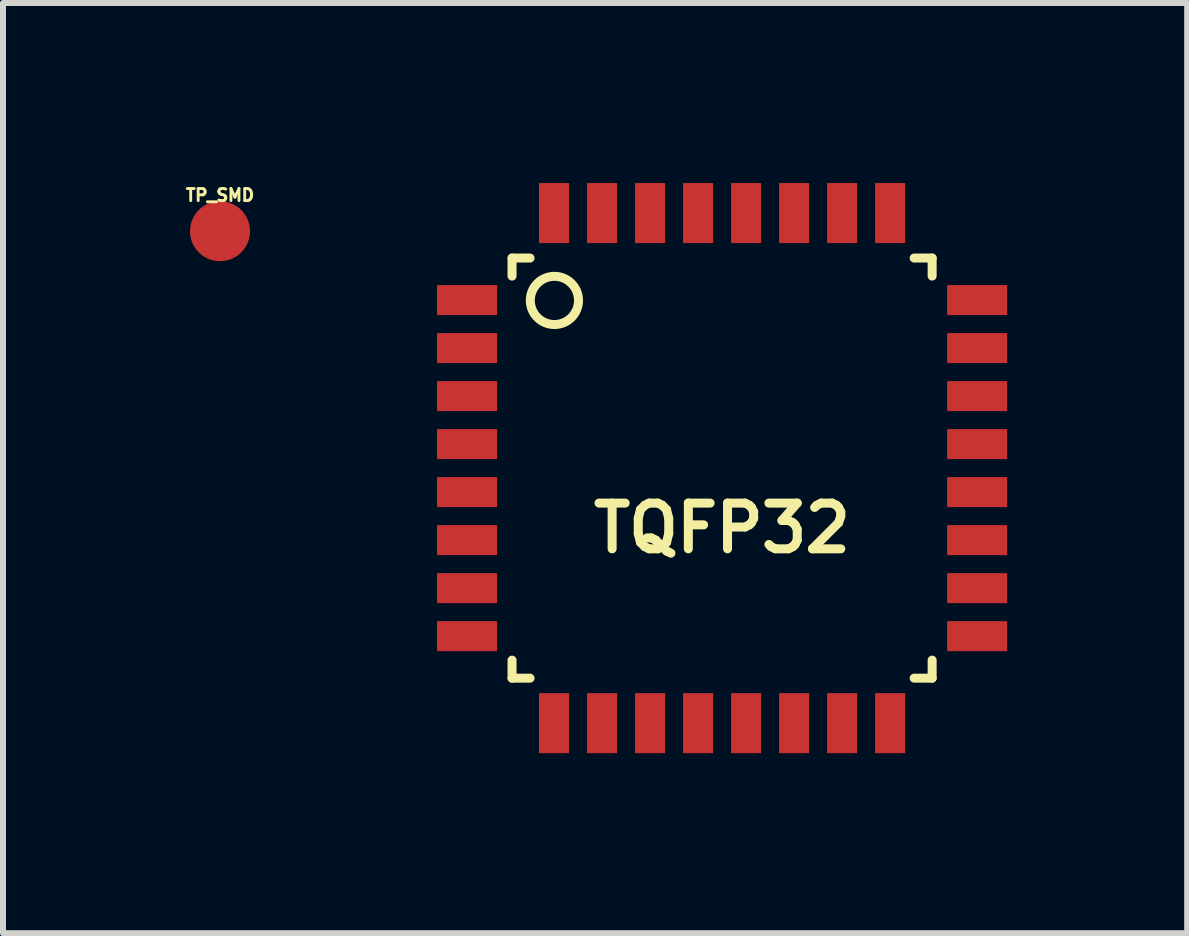
<source format=kicad_pcb>
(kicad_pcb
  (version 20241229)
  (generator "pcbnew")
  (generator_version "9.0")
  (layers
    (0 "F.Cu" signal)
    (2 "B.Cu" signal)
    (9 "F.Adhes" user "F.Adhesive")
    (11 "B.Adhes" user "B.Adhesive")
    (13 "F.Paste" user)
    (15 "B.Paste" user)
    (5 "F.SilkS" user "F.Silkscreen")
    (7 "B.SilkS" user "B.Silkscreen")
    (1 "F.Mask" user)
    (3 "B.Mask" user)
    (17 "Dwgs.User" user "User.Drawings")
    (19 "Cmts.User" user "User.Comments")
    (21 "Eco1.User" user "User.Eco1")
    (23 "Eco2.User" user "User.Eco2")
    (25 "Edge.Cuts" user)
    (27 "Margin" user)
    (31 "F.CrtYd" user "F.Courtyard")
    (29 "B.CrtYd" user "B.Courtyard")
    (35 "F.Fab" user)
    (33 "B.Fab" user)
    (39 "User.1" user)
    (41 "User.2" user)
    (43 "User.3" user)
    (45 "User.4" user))
  (footprint "TP_SMD"
    (layer "F.Cu")
    (at 0.616 0.802)
    (property "Reference" "TP_SMD" (at 0 -0.6 0) (layer "F.SilkS") (effects (font (size 0.201 0.201) (thickness 0.048))))
    (attr through_hole)
    (pad "1" smd circle (at 0 0) (size 1 1) (layers "F.Cu" "F.Mask" "F.Paste")))
  (footprint "TQFP32"
    (layer "F.Cu")
    (at 8.982 4.75)
    (property "Reference" "TQFP32" (at 0 1 0) (layer "F.SilkS") (effects (font (size 0.762 0.762) (thickness 0.15))))
    (attr through_hole)
    (fp_line (start -3.5 -3.5) (end -3.5 -3.2) (stroke (width 0.15) (type solid)) (layer "F.SilkS"))
    (fp_line (start -3.5 -3.5) (end -3.2 -3.5) (stroke (width 0.15) (type solid)) (layer "F.SilkS"))
    (fp_line (start -3.5 3.5) (end -3.5 3.2) (stroke (width 0.15) (type solid)) (layer "F.SilkS"))
    (fp_line (start -3.5 3.5) (end -3.2 3.5) (stroke (width 0.15) (type solid)) (layer "F.SilkS"))
    (fp_line (start 3.5 -3.5) (end 3.2 -3.5) (stroke (width 0.15) (type solid)) (layer "F.SilkS"))
    (fp_line (start 3.5 -3.5) (end 3.5 -3.2) (stroke (width 0.15) (type solid)) (layer "F.SilkS"))
    (fp_line (start 3.5 3.5) (end 3.2 3.5) (stroke (width 0.15) (type solid)) (layer "F.SilkS"))
    (fp_line (start 3.5 3.5) (end 3.5 3.2) (stroke (width 0.15) (type solid)) (layer "F.SilkS"))
    (fp_circle (center -2.794 -2.794) (end -2.921 -3.175) (stroke (width 0.15) (type solid)) (fill no) (layer "F.SilkS"))
    (pad "1" smd rect (at -4.25 -2.8 90) (size 0.5 1) (layers "F.Cu" "F.Mask" "F.Paste"))
    (pad "2" smd rect (at -4.25 -2 90) (size 0.5 1) (layers "F.Cu" "F.Mask" "F.Paste"))
    (pad "3" smd rect (at -4.25 -1.2 90) (size 0.5 1) (layers "F.Cu" "F.Mask" "F.Paste"))
    (pad "4" smd rect (at -4.25 -0.4 90) (size 0.5 1) (layers "F.Cu" "F.Mask" "F.Paste"))
    (pad "5" smd rect (at -4.25 0.4 90) (size 0.5 1) (layers "F.Cu" "F.Mask" "F.Paste"))
    (pad "6" smd rect (at -4.25 1.2 90) (size 0.5 1) (layers "F.Cu" "F.Mask" "F.Paste"))
    (pad "7" smd rect (at -4.25 2 90) (size 0.5 1) (layers "F.Cu" "F.Mask" "F.Paste"))
    (pad "8" smd rect (at -4.25 2.8 90) (size 0.5 1) (layers "F.Cu" "F.Mask" "F.Paste"))
    (pad "9" smd rect (at -2.8 4.25) (size 0.5 1) (layers "F.Cu" "F.Mask" "F.Paste"))
    (pad "10" smd rect (at -2 4.25) (size 0.5 1) (layers "F.Cu" "F.Mask" "F.Paste"))
    (pad "11" smd rect (at -1.2 4.25) (size 0.5 1) (layers "F.Cu" "F.Mask" "F.Paste"))
    (pad "12" smd rect (at -0.4 4.25) (size 0.5 1) (layers "F.Cu" "F.Mask" "F.Paste"))
    (pad "13" smd rect (at 0.4 4.25) (size 0.5 1) (layers "F.Cu" "F.Mask" "F.Paste"))
    (pad "14" smd rect (at 1.2 4.25) (size 0.5 1) (layers "F.Cu" "F.Mask" "F.Paste"))
    (pad "15" smd rect (at 2 4.25) (size 0.5 1) (layers "F.Cu" "F.Mask" "F.Paste"))
    (pad "16" smd rect (at 2.8 4.25) (size 0.5 1) (layers "F.Cu" "F.Mask" "F.Paste"))
    (pad "17" smd rect (at 4.25 2.8 270) (size 0.5 1) (layers "F.Cu" "F.Mask" "F.Paste"))
    (pad "18" smd rect (at 4.25 2 270) (size 0.5 1) (layers "F.Cu" "F.Mask" "F.Paste"))
    (pad "19" smd rect (at 4.25 1.2 270) (size 0.5 1) (layers "F.Cu" "F.Mask" "F.Paste"))
    (pad "20" smd rect (at 4.25 0.4 270) (size 0.5 1) (layers "F.Cu" "F.Mask" "F.Paste"))
    (pad "21" smd rect (at 4.25 -0.4 270) (size 0.5 1) (layers "F.Cu" "F.Mask" "F.Paste"))
    (pad "22" smd rect (at 4.25 -1.2 270) (size 0.5 1) (layers "F.Cu" "F.Mask" "F.Paste"))
    (pad "23" smd rect (at 4.25 -2 270) (size 0.5 1) (layers "F.Cu" "F.Mask" "F.Paste"))
    (pad "24" smd rect (at 4.25 -2.8 270) (size 0.5 1) (layers "F.Cu" "F.Mask" "F.Paste"))
    (pad "25" smd rect (at 2.8 -4.25 180) (size 0.5 1) (layers "F.Cu" "F.Mask" "F.Paste"))
    (pad "26" smd rect (at 2 -4.25 180) (size 0.5 1) (layers "F.Cu" "F.Mask" "F.Paste"))
    (pad "27" smd rect (at 1.2 -4.25 180) (size 0.5 1) (layers "F.Cu" "F.Mask" "F.Paste"))
    (pad "28" smd rect (at 0.4 -4.25 180) (size 0.5 1) (layers "F.Cu" "F.Mask" "F.Paste"))
    (pad "29" smd rect (at -0.4 -4.25 180) (size 0.5 1) (layers "F.Cu" "F.Mask" "F.Paste"))
    (pad "30" smd rect (at -1.2 -4.25 180) (size 0.5 1) (layers "F.Cu" "F.Mask" "F.Paste"))
    (pad "31" smd rect (at -2 -4.25 180) (size 0.5 1) (layers "F.Cu" "F.Mask" "F.Paste"))
    (pad "32" smd rect (at -2.8 -4.25 180) (size 0.5 1) (layers "F.Cu" "F.Mask" "F.Paste")))
  (gr_rect
    (start -3 -3)
    (end 16.732 12.5)
    (stroke (width 0.1) (type default))
    (fill no)
    (layer "Edge.Cuts")))
</source>
